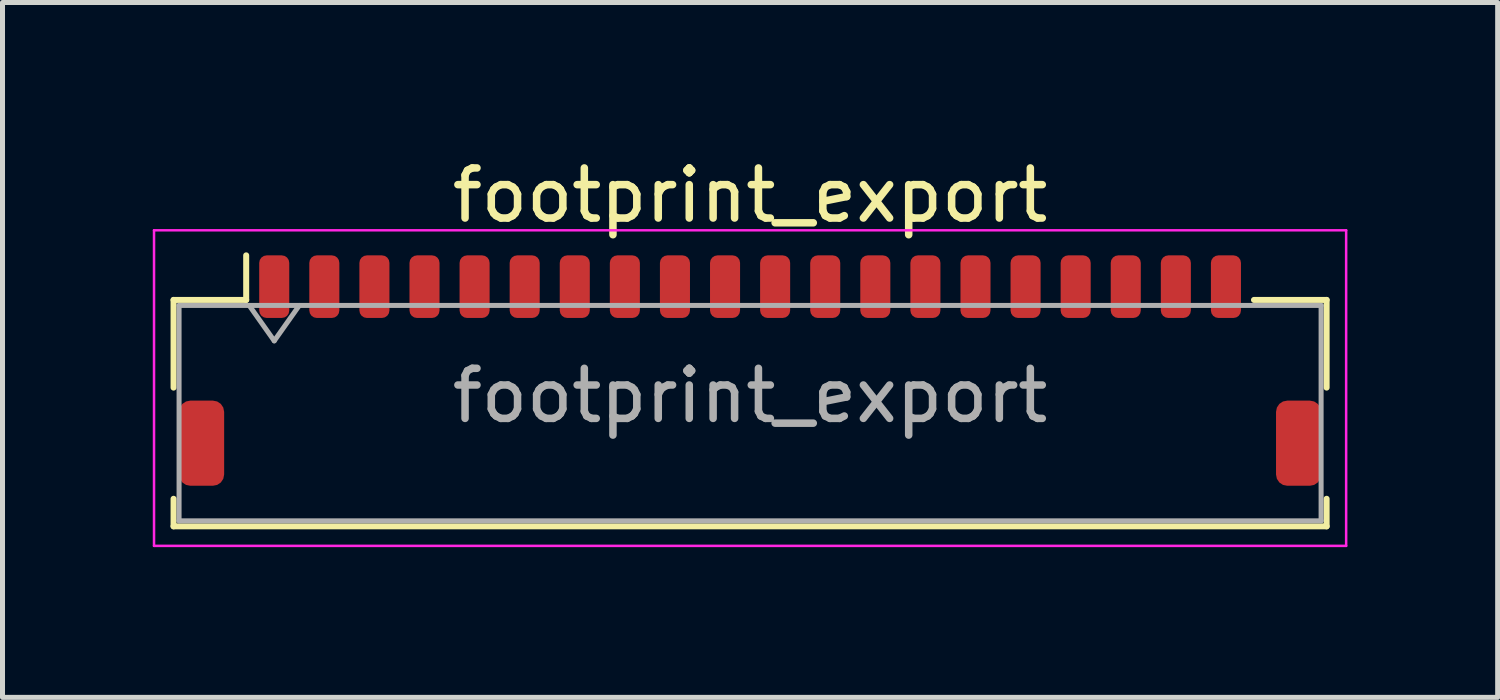
<source format=kicad_pcb>
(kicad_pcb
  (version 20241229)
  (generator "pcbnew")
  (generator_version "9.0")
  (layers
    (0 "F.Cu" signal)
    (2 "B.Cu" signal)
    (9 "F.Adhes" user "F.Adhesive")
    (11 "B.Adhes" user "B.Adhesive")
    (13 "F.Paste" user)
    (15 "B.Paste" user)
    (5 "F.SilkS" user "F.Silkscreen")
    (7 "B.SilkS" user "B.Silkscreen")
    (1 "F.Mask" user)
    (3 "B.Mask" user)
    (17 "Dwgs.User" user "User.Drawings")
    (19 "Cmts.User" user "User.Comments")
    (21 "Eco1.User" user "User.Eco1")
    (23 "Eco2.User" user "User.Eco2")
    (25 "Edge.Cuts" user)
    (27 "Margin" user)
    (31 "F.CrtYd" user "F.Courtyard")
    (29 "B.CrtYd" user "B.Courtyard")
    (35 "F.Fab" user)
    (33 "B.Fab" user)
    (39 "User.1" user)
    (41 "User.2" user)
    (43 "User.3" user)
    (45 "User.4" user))
  (footprint "footprint_export"
    (layer "F.Cu")
    (at 11.925 4.348)
    (property "Reference" "footprint_export" (at 0 -3.5 0) (layer "F.SilkS") (effects (font (size 1 1) (thickness 0.15))))
    (attr smd)
    (fp_line (start -11.51 -1.41) (end -10.06 -1.41) (stroke (width 0.12) (type solid)) (layer "F.SilkS"))
    (fp_line (start -11.51 0.34) (end -11.51 -1.41) (stroke (width 0.12) (type solid)) (layer "F.SilkS"))
    (fp_line (start -11.51 2.56) (end -11.51 3.11) (stroke (width 0.12) (type solid)) (layer "F.SilkS"))
    (fp_line (start -11.51 3.11) (end 11.51 3.11) (stroke (width 0.12) (type solid)) (layer "F.SilkS"))
    (fp_line (start -10.06 -1.41) (end -10.06 -2.3) (stroke (width 0.12) (type solid)) (layer "F.SilkS"))
    (fp_line (start 11.51 -1.41) (end 10.06 -1.41) (stroke (width 0.12) (type solid)) (layer "F.SilkS"))
    (fp_line (start 11.51 0.34) (end 11.51 -1.41) (stroke (width 0.12) (type solid)) (layer "F.SilkS"))
    (fp_line (start 11.51 3.11) (end 11.51 2.56) (stroke (width 0.12) (type solid)) (layer "F.SilkS"))
    (fp_line (start -11.9 -2.8) (end -11.9 3.5) (stroke (width 0.05) (type solid)) (layer "F.CrtYd"))
    (fp_line (start -11.9 3.5) (end 11.9 3.5) (stroke (width 0.05) (type solid)) (layer "F.CrtYd"))
    (fp_line (start 11.9 -2.8) (end -11.9 -2.8) (stroke (width 0.05) (type solid)) (layer "F.CrtYd"))
    (fp_line (start 11.9 3.5) (end 11.9 -2.8) (stroke (width 0.05) (type solid)) (layer "F.CrtYd"))
    (fp_line (start -11.4 -1.3) (end -11.4 3) (stroke (width 0.1) (type solid)) (layer "F.Fab"))
    (fp_line (start -11.4 -1.3) (end 11.4 -1.3) (stroke (width 0.1) (type solid)) (layer "F.Fab"))
    (fp_line (start -11.4 3) (end 11.4 3) (stroke (width 0.1) (type solid)) (layer "F.Fab"))
    (fp_line (start -10 -1.3) (end -9.5 -0.593) (stroke (width 0.1) (type solid)) (layer "F.Fab"))
    (fp_line (start -9.5 -0.593) (end -9 -1.3) (stroke (width 0.1) (type solid)) (layer "F.Fab"))
    (fp_line (start 11.4 -1.3) (end 11.4 3) (stroke (width 0.1) (type solid)) (layer "F.Fab"))
    (fp_text user "${REFERENCE}" (at 0 0.5 0) (layer "F.Fab") (effects (font (size 1 1) (thickness 0.15))))
    (pad "1" smd roundrect (at -9.5 -1.675) (size 0.6 1.25) (layers "F.Cu" "F.Mask" "F.Paste") (roundrect_rratio 0.25))
    (pad "2" smd roundrect (at -8.5 -1.675) (size 0.6 1.25) (layers "F.Cu" "F.Mask" "F.Paste") (roundrect_rratio 0.25))
    (pad "3" smd roundrect (at -7.5 -1.675) (size 0.6 1.25) (layers "F.Cu" "F.Mask" "F.Paste") (roundrect_rratio 0.25))
    (pad "4" smd roundrect (at -6.5 -1.675) (size 0.6 1.25) (layers "F.Cu" "F.Mask" "F.Paste") (roundrect_rratio 0.25))
    (pad "5" smd roundrect (at -5.5 -1.675) (size 0.6 1.25) (layers "F.Cu" "F.Mask" "F.Paste") (roundrect_rratio 0.25))
    (pad "6" smd roundrect (at -4.5 -1.675) (size 0.6 1.25) (layers "F.Cu" "F.Mask" "F.Paste") (roundrect_rratio 0.25))
    (pad "7" smd roundrect (at -3.5 -1.675) (size 0.6 1.25) (layers "F.Cu" "F.Mask" "F.Paste") (roundrect_rratio 0.25))
    (pad "8" smd roundrect (at -2.5 -1.675) (size 0.6 1.25) (layers "F.Cu" "F.Mask" "F.Paste") (roundrect_rratio 0.25))
    (pad "9" smd roundrect (at -1.5 -1.675) (size 0.6 1.25) (layers "F.Cu" "F.Mask" "F.Paste") (roundrect_rratio 0.25))
    (pad "10" smd roundrect (at -0.5 -1.675) (size 0.6 1.25) (layers "F.Cu" "F.Mask" "F.Paste") (roundrect_rratio 0.25))
    (pad "11" smd roundrect (at 0.5 -1.675) (size 0.6 1.25) (layers "F.Cu" "F.Mask" "F.Paste") (roundrect_rratio 0.25))
    (pad "12" smd roundrect (at 1.5 -1.675) (size 0.6 1.25) (layers "F.Cu" "F.Mask" "F.Paste") (roundrect_rratio 0.25))
    (pad "13" smd roundrect (at 2.5 -1.675) (size 0.6 1.25) (layers "F.Cu" "F.Mask" "F.Paste") (roundrect_rratio 0.25))
    (pad "14" smd roundrect (at 3.5 -1.675) (size 0.6 1.25) (layers "F.Cu" "F.Mask" "F.Paste") (roundrect_rratio 0.25))
    (pad "15" smd roundrect (at 4.5 -1.675) (size 0.6 1.25) (layers "F.Cu" "F.Mask" "F.Paste") (roundrect_rratio 0.25))
    (pad "16" smd roundrect (at 5.5 -1.675) (size 0.6 1.25) (layers "F.Cu" "F.Mask" "F.Paste") (roundrect_rratio 0.25))
    (pad "17" smd roundrect (at 6.5 -1.675) (size 0.6 1.25) (layers "F.Cu" "F.Mask" "F.Paste") (roundrect_rratio 0.25))
    (pad "18" smd roundrect (at 7.5 -1.675) (size 0.6 1.25) (layers "F.Cu" "F.Mask" "F.Paste") (roundrect_rratio 0.25))
    (pad "19" smd roundrect (at 8.5 -1.675) (size 0.6 1.25) (layers "F.Cu" "F.Mask" "F.Paste") (roundrect_rratio 0.25))
    (pad "20" smd roundrect (at 9.5 -1.675) (size 0.6 1.25) (layers "F.Cu" "F.Mask" "F.Paste") (roundrect_rratio 0.25))
    (pad "MP" smd roundrect (at -10.95 1.45) (size 0.9 1.7) (layers "F.Cu" "F.Mask" "F.Paste") (roundrect_rratio 0.25))
    (pad "MP" smd roundrect (at 10.95 1.45) (size 0.9 1.7) (layers "F.Cu" "F.Mask" "F.Paste") (roundrect_rratio 0.25)))
  (gr_rect
    (start -3 -3)
    (end 26.85 10.873)
    (stroke (width 0.1) (type default))
    (fill no)
    (layer "Edge.Cuts")))
</source>
